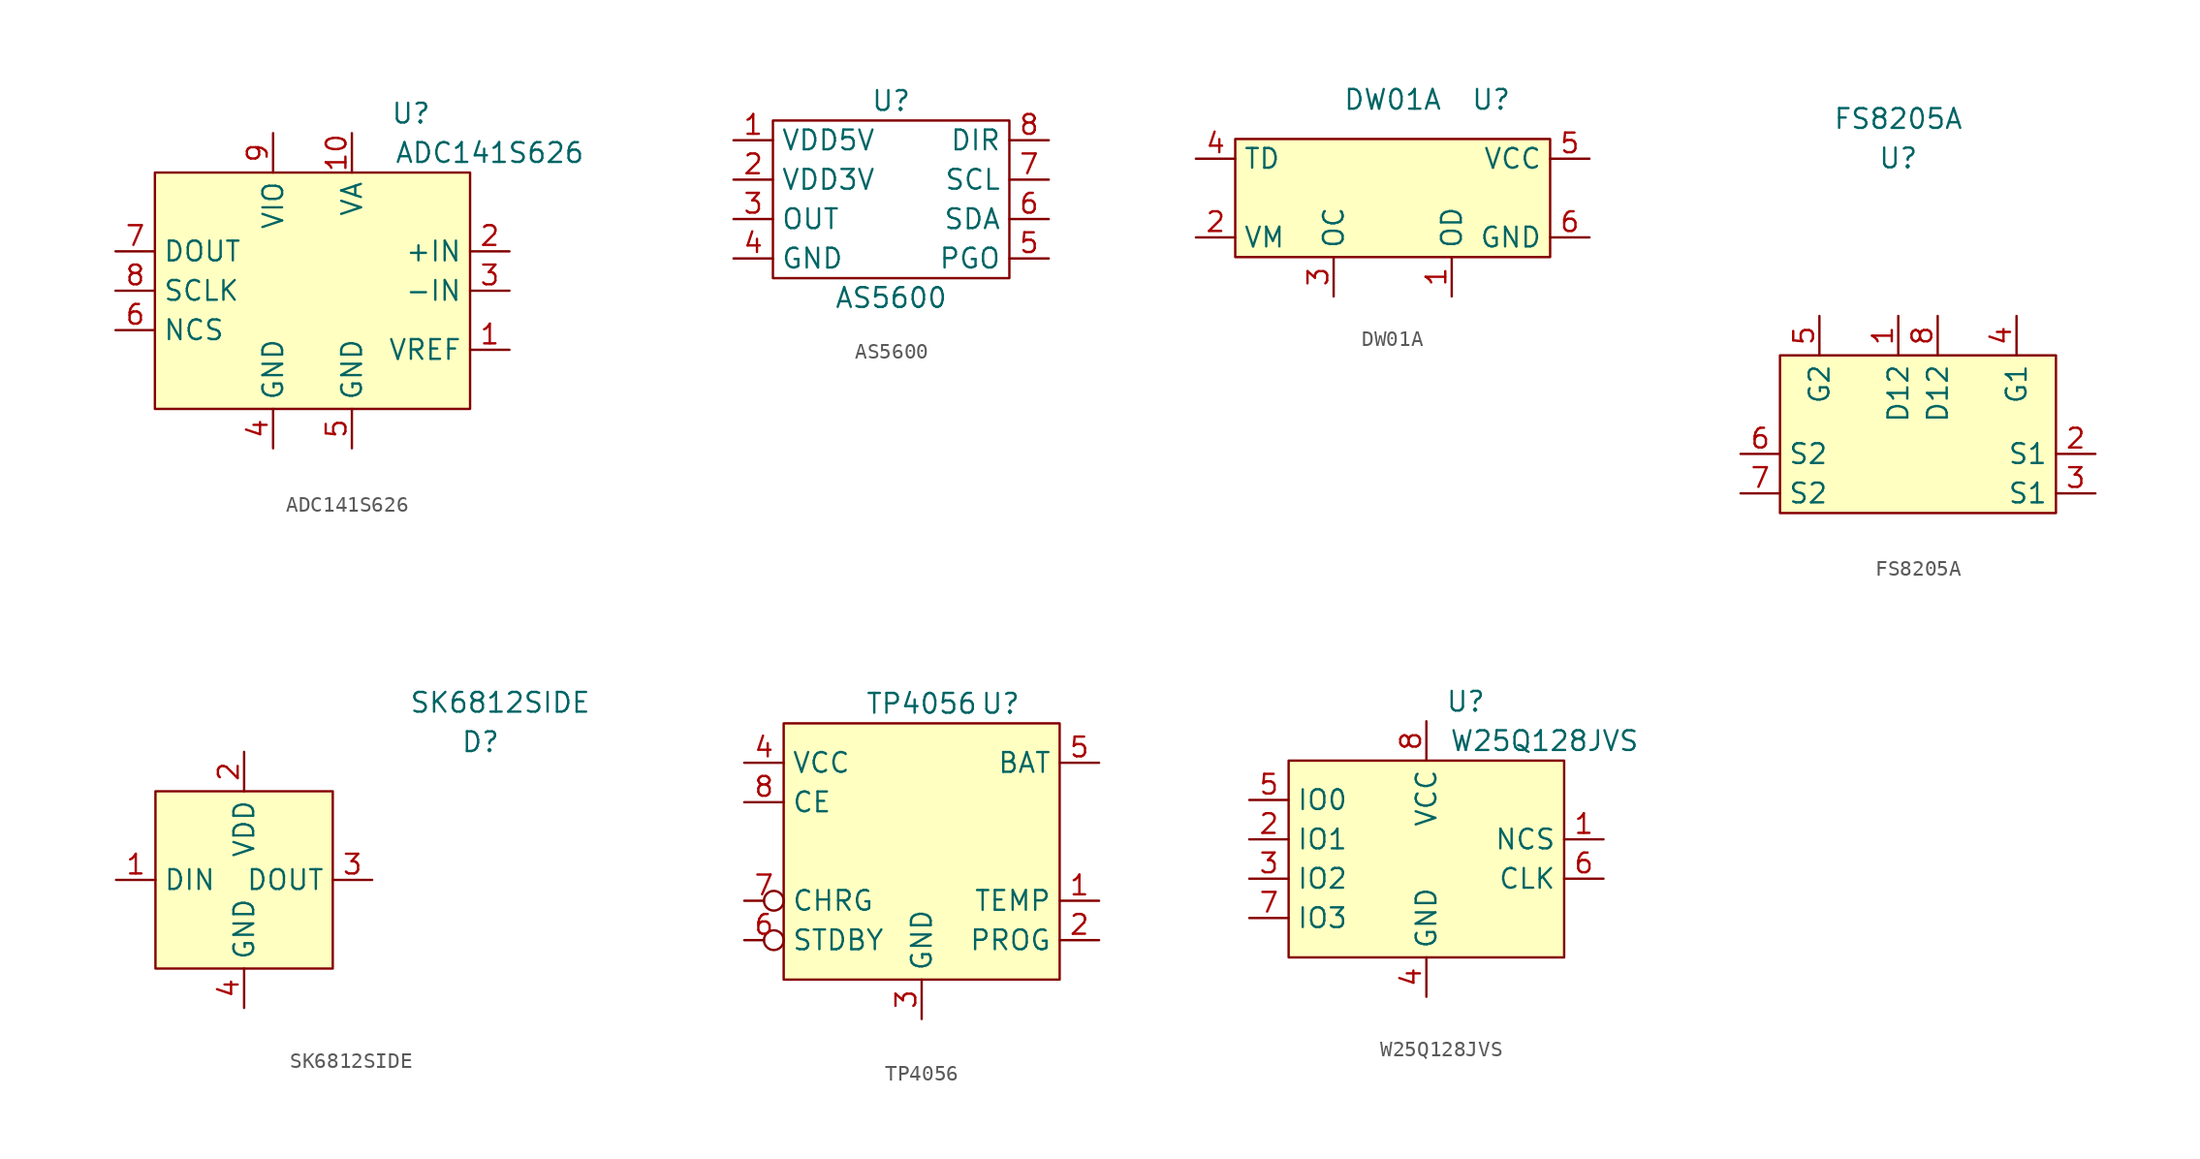
<source format=kicad_sym>
(kicad_symbol_lib
  (version 20211014)
  (generator kicad_symbol_editor)
  (symbol "ADC141S626"
    (property "Reference" "U"
      (at 6.35 11.43 0)
      (effects (font (size 1.27 1.27))))
    (property "Value" "ADC141S626"
      (at 11.43 8.89 0)
      (effects (font (size 1.27 1.27))))
    (symbol "ADC141S626_0_0"
      (pin input line (at 12.7 -3.81 180) (length 2.54) (name "VREF" (effects (font (size 1.27 1.27)))) (number "1" (effects (font (size 1.27 1.27)))))
      (pin power_in line (at 2.54 10.16 270) (length 2.54) (name "VA" (effects (font (size 1.27 1.27)))) (number "10" (effects (font (size 1.27 1.27)))))
      (pin input line (at 12.7 2.54 180) (length 2.54) (name "+IN" (effects (font (size 1.27 1.27)))) (number "2" (effects (font (size 1.27 1.27)))))
      (pin input line (at 12.7 0 180) (length 2.54) (name "-IN" (effects (font (size 1.27 1.27)))) (number "3" (effects (font (size 1.27 1.27)))))
      (pin power_in line (at -2.54 -10.16 90) (length 2.54) (name "GND" (effects (font (size 1.27 1.27)))) (number "4" (effects (font (size 1.27 1.27)))))
      (pin power_in line (at 2.54 -10.16 90) (length 2.54) (name "GND" (effects (font (size 1.27 1.27)))) (number "5" (effects (font (size 1.27 1.27)))))
      (pin input line (at -12.7 -2.54 0) (length 2.54) (name "NCS" (effects (font (size 1.27 1.27)))) (number "6" (effects (font (size 1.27 1.27)))))
      (pin output line (at -12.7 2.54 0) (length 2.54) (name "DOUT" (effects (font (size 1.27 1.27)))) (number "7" (effects (font (size 1.27 1.27)))))
      (pin input line (at -12.7 0 0) (length 2.54) (name "SCLK" (effects (font (size 1.27 1.27)))) (number "8" (effects (font (size 1.27 1.27)))))
      (pin power_in line (at -2.54 10.16 270) (length 2.54) (name "VIO" (effects (font (size 1.27 1.27)))) (number "9" (effects (font (size 1.27 1.27))))))
    (symbol "ADC141S626_0_1"
      (rectangle (start -10.16 7.62) (end 10.16 -7.62) (stroke (width 0) (type default) (color 0 0 0 0)) (fill (type background)))))
  (symbol "AS5600"
    (property "Reference" "U"
      (at 0 6.35 0)
      (effects (font (size 1.27 1.27))))
    (property "Value" "AS5600"
      (at 0 -6.35 0)
      (effects (font (size 1.27 1.27))))
    (symbol "AS5600_0_1"
      (rectangle (start -7.62 5.08) (end 7.62 -5.08) (stroke (width 0) (type default) (color 0 0 0 0)) (fill (type none))))
    (symbol "AS5600_1_1"
      (pin input line (at -10.16 3.81 0) (length 2.54) (name "VDD5V" (effects (font (size 1.27 1.27)))) (number "1" (effects (font (size 1.27 1.27)))))
      (pin input line (at -10.16 1.27 0) (length 2.54) (name "VDD3V" (effects (font (size 1.27 1.27)))) (number "2" (effects (font (size 1.27 1.27)))))
      (pin output line (at -10.16 -1.27 0) (length 2.54) (name "OUT" (effects (font (size 1.27 1.27)))) (number "3" (effects (font (size 1.27 1.27)))))
      (pin input line (at -10.16 -3.81 0) (length 2.54) (name "GND" (effects (font (size 1.27 1.27)))) (number "4" (effects (font (size 1.27 1.27)))))
      (pin input line (at 10.16 -3.81 180) (length 2.54) (name "PGO" (effects (font (size 1.27 1.27)))) (number "5" (effects (font (size 1.27 1.27)))))
      (pin bidirectional line (at 10.16 -1.27 180) (length 2.54) (name "SDA" (effects (font (size 1.27 1.27)))) (number "6" (effects (font (size 1.27 1.27)))))
      (pin input line (at 10.16 1.27 180) (length 2.54) (name "SCL" (effects (font (size 1.27 1.27)))) (number "7" (effects (font (size 1.27 1.27)))))
      (pin input line (at 10.16 3.81 180) (length 2.54) (name "DIR" (effects (font (size 1.27 1.27)))) (number "8" (effects (font (size 1.27 1.27)))))))
  (symbol "DW01A"
    (property "Reference" "U"
      (at 6.35 6.35 0)
      (effects (font (size 1.27 1.27))))
    (property "Value" "DW01A"
      (at 0 6.35 0)
      (effects (font (size 1.27 1.27))))
    (symbol "DW01A_0_0"
      (pin unspecified line (at 3.81 -6.35 90) (length 2.54) (name "OD" (effects (font (size 1.27 1.27)))) (number "1" (effects (font (size 1.27 1.27)))))
      (pin unspecified line (at -12.7 -2.54 0) (length 2.54) (name "VM" (effects (font (size 1.27 1.27)))) (number "2" (effects (font (size 1.27 1.27)))))
      (pin unspecified line (at -3.81 -6.35 90) (length 2.54) (name "OC" (effects (font (size 1.27 1.27)))) (number "3" (effects (font (size 1.27 1.27)))))
      (pin unspecified line (at -12.7 2.54 0) (length 2.54) (name "TD" (effects (font (size 1.27 1.27)))) (number "4" (effects (font (size 1.27 1.27)))))
      (pin unspecified line (at 12.7 2.54 180) (length 2.54) (name "VCC" (effects (font (size 1.27 1.27)))) (number "5" (effects (font (size 1.27 1.27)))))
      (pin unspecified line (at 12.7 -2.54 180) (length 2.54) (name "GND" (effects (font (size 1.27 1.27)))) (number "6" (effects (font (size 1.27 1.27))))))
    (symbol "DW01A_0_1"
      (rectangle (start -10.16 3.81) (end 10.16 -3.81) (stroke (width 0) (type default) (color 0 0 0 0)) (fill (type background)))))
  (symbol "FS8205A"
    (property "Reference" "U"
      (at -1.27 13.97 0)
      (effects (font (size 1.27 1.27))))
    (property "Value" "FS8205A"
      (at -1.27 16.51 0)
      (effects (font (size 1.27 1.27))))
    (symbol "FS8205A_0_0"
      (pin unspecified line (at -1.27 3.81 270) (length 2.54) (name "D12" (effects (font (size 1.27 1.27)))) (number "1" (effects (font (size 1.27 1.27)))))
      (pin unspecified line (at 11.43 -5.08 180) (length 2.54) (name "S1" (effects (font (size 1.27 1.27)))) (number "2" (effects (font (size 1.27 1.27)))))
      (pin unspecified line (at 11.43 -7.62 180) (length 2.54) (name "S1" (effects (font (size 1.27 1.27)))) (number "3" (effects (font (size 1.27 1.27)))))
      (pin unspecified line (at 6.35 3.81 270) (length 2.54) (name "G1" (effects (font (size 1.27 1.27)))) (number "4" (effects (font (size 1.27 1.27)))))
      (pin unspecified line (at -6.35 3.81 270) (length 2.54) (name "G2" (effects (font (size 1.27 1.27)))) (number "5" (effects (font (size 1.27 1.27)))))
      (pin unspecified line (at -11.43 -5.08 0) (length 2.54) (name "S2" (effects (font (size 1.27 1.27)))) (number "6" (effects (font (size 1.27 1.27)))))
      (pin unspecified line (at -11.43 -7.62 0) (length 2.54) (name "S2" (effects (font (size 1.27 1.27)))) (number "7" (effects (font (size 1.27 1.27)))))
      (pin unspecified line (at 1.27 3.81 270) (length 2.54) (name "D12" (effects (font (size 1.27 1.27)))) (number "8" (effects (font (size 1.27 1.27))))))
    (symbol "FS8205A_0_1"
      (rectangle (start -8.89 1.27) (end 8.89 -8.89) (stroke (width 0) (type default) (color 0 0 0 0)) (fill (type background)))))
  (symbol "SK6812SIDE"
    (property "Reference" "D"
      (at 15.24 8.89 0)
      (effects (font (size 1.27 1.27))))
    (property "Value" "SK6812SIDE"
      (at 16.51 11.43 0)
      (effects (font (size 1.27 1.27))))
    (symbol "SK6812SIDE_0_0"
      (pin input line (at -8.255 0 0) (length 2.54) (name "DIN" (effects (font (size 1.27 1.27)))) (number "1" (effects (font (size 1.27 1.27)))))
      (pin power_in line (at 0 8.255 270) (length 2.54) (name "VDD" (effects (font (size 1.27 1.27)))) (number "2" (effects (font (size 1.27 1.27)))))
      (pin output line (at 8.255 0 180) (length 2.54) (name "DOUT" (effects (font (size 1.27 1.27)))) (number "3" (effects (font (size 1.27 1.27)))))
      (pin power_in line (at 0 -8.255 90) (length 2.54) (name "GND" (effects (font (size 1.27 1.27)))) (number "4" (effects (font (size 1.27 1.27))))))
    (symbol "SK6812SIDE_0_1"
      (rectangle (start -5.715 5.715) (end 5.715 -5.715) (stroke (width 0) (type default) (color 0 0 0 0)) (fill (type background)))))
  (symbol "TP4056"
    (property "Reference" "U"
      (at 5.08 7.62 0)
      (effects (font (size 1.27 1.27))))
    (property "Value" "TP4056"
      (at 0 7.62 0)
      (effects (font (size 1.27 1.27))))
    (symbol "TP4056_0_0"
      (pin unspecified line (at 11.43 -5.08 180) (length 2.54) (name "TEMP" (effects (font (size 1.27 1.27)))) (number "1" (effects (font (size 1.27 1.27)))))
      (pin unspecified line (at 11.43 -7.62 180) (length 2.54) (name "PROG" (effects (font (size 1.27 1.27)))) (number "2" (effects (font (size 1.27 1.27)))))
      (pin unspecified line (at 0 -12.7 90) (length 2.54) (name "GND" (effects (font (size 1.27 1.27)))) (number "3" (effects (font (size 1.27 1.27)))))
      (pin unspecified line (at -11.43 3.81 0) (length 2.54) (name "VCC" (effects (font (size 1.27 1.27)))) (number "4" (effects (font (size 1.27 1.27)))))
      (pin unspecified line (at 11.43 3.81 180) (length 2.54) (name "BAT" (effects (font (size 1.27 1.27)))) (number "5" (effects (font (size 1.27 1.27)))))
      (pin unspecified inverted (at -11.43 -7.62 0) (length 2.54) (name "STDBY" (effects (font (size 1.27 1.27)))) (number "6" (effects (font (size 1.27 1.27)))))
      (pin unspecified inverted (at -11.43 -5.08 0) (length 2.54) (name "CHRG" (effects (font (size 1.27 1.27)))) (number "7" (effects (font (size 1.27 1.27)))))
      (pin unspecified line (at -11.43 1.27 0) (length 2.54) (name "CE" (effects (font (size 1.27 1.27)))) (number "8" (effects (font (size 1.27 1.27))))))
    (symbol "TP4056_0_1"
      (rectangle (start -8.89 6.35) (end 8.89 -10.16) (stroke (width 0) (type default) (color 0 0 0 0)) (fill (type background)))))
  (symbol "W25Q128JVS"
    (property "Reference" "U"
      (at 2.54 10.16 0)
      (effects (font (size 1.27 1.27))))
    (property "Value" "W25Q128JVS"
      (at 7.62 7.62 0)
      (effects (font (size 1.27 1.27))))
    (symbol "W25Q128JVS_0_0"
      (pin unspecified line (at 11.43 1.27 180) (length 2.54) (name "NCS" (effects (font (size 1.27 1.27)))) (number "1" (effects (font (size 1.27 1.27)))))
      (pin unspecified line (at -11.43 1.27 0) (length 2.54) (name "IO1" (effects (font (size 1.27 1.27)))) (number "2" (effects (font (size 1.27 1.27)))))
      (pin unspecified line (at -11.43 -1.27 0) (length 2.54) (name "IO2" (effects (font (size 1.27 1.27)))) (number "3" (effects (font (size 1.27 1.27)))))
      (pin unspecified line (at 0 -8.89 90) (length 2.54) (name "GND" (effects (font (size 1.27 1.27)))) (number "4" (effects (font (size 1.27 1.27)))))
      (pin unspecified line (at -11.43 3.81 0) (length 2.54) (name "IO0" (effects (font (size 1.27 1.27)))) (number "5" (effects (font (size 1.27 1.27)))))
      (pin unspecified line (at 11.43 -1.27 180) (length 2.54) (name "CLK" (effects (font (size 1.27 1.27)))) (number "6" (effects (font (size 1.27 1.27)))))
      (pin unspecified line (at -11.43 -3.81 0) (length 2.54) (name "IO3" (effects (font (size 1.27 1.27)))) (number "7" (effects (font (size 1.27 1.27)))))
      (pin unspecified line (at 0 8.89 270) (length 2.54) (name "VCC" (effects (font (size 1.27 1.27)))) (number "8" (effects (font (size 1.27 1.27))))))
    (symbol "W25Q128JVS_0_1"
      (rectangle (start -8.89 6.35) (end 8.89 -6.35) (stroke (width 0) (type default) (color 0 0 0 0)) (fill (type background))))))
</source>
